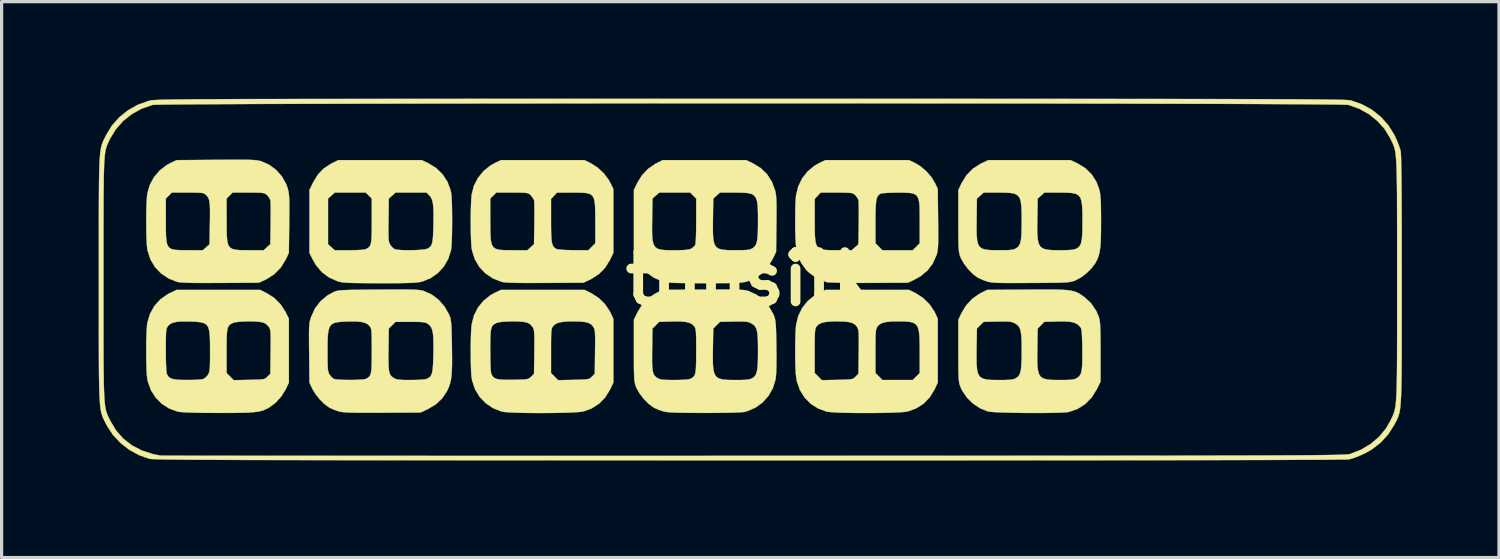
<source format=kicad_pcb>
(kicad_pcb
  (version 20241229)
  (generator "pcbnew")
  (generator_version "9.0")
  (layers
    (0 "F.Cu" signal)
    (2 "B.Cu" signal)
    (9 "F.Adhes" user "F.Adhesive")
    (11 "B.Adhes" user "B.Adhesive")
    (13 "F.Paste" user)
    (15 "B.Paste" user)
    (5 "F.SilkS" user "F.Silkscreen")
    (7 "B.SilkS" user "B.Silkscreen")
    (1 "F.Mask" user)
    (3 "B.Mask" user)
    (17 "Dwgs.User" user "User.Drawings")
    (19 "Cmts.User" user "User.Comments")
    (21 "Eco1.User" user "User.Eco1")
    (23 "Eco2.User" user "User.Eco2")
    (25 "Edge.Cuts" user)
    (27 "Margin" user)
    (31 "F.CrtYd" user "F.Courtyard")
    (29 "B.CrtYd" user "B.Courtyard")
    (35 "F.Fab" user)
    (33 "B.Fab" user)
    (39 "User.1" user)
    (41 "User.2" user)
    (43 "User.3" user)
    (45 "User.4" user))
  (footprint "topsilk"
    (layer "F.Cu")
    (at 20.121 5.575)
    (property "Reference" "topsilk" (at 0 0 0) (layer "F.SilkS") (effects (font (size 1.524 1.524) (thickness 0.3))))
    (attr through_hole)
    (fp_poly (pts (xy -4.918 -3.583) (xy -4.707 -3.449) (xy -4.515 -3.271) (xy -4.361 -3.066) (xy -4.311 -2.976) (xy -4.217 -2.785) (xy -4.217 -0.812) (xy -4.318 -0.598) (xy -4.468 -0.356) (xy -4.663 -0.156) (xy -4.902 -0.002) (xy -4.927 0.01) (xy -5.14 0.111) (xy -6.334 0.118) (xy -6.676 0.119) (xy -6.958 0.119) (xy -7.188 0.117) (xy -7.368 0.112) (xy -7.504 0.106) (xy -7.602 0.097) (xy -7.665 0.086) (xy -7.671 0.084) (xy -7.939 -0.022) (xy -8.168 -0.176) (xy -8.355 -0.372) (xy -8.494 -0.607) (xy -8.58 -0.873) (xy -8.595 -0.957) (xy -8.607 -1.078) (xy -8.615 -1.248) (xy -8.621 -1.453) (xy -8.623 -1.679) (xy -8.623 -1.912) (xy -8.62 -2.138) (xy -8.613 -2.342) (xy -8.605 -2.488) (xy -8.021 -2.488) (xy -8.02 -1.809) (xy -8.019 -1.544) (xy -8.014 -1.336) (xy -8 -1.178) (xy -7.971 -1.062) (xy -7.923 -0.984) (xy -7.85 -0.934) (xy -7.747 -0.907) (xy -7.609 -0.895) (xy -7.43 -0.893) (xy -7.329 -0.892) (xy -6.876 -0.891) (xy -6.668 -1.077) (xy -6.658 -1.722) (xy -6.656 -1.923) (xy -6.656 -2.105) (xy -6.657 -2.257) (xy -6.66 -2.37) (xy -6.665 -2.431) (xy -6.666 -2.436) (xy -6.685 -2.476) (xy -6.143 -2.476) (xy -6.143 -1.808) (xy -6.142 -1.559) (xy -6.137 -1.366) (xy -6.128 -1.22) (xy -6.112 -1.113) (xy -6.088 -1.038) (xy -6.054 -0.986) (xy -6.009 -0.949) (xy -5.971 -0.928) (xy -5.916 -0.916) (xy -5.811 -0.906) (xy -5.669 -0.898) (xy -5.505 -0.894) (xy -5.448 -0.893) (xy -4.991 -0.891) (xy -4.774 -1.108) (xy -4.774 -1.765) (xy -4.775 -2.029) (xy -4.78 -2.236) (xy -4.794 -2.393) (xy -4.823 -2.507) (xy -4.872 -2.585) (xy -4.947 -2.633) (xy -5.052 -2.66) (xy -5.193 -2.671) (xy -5.376 -2.673) (xy -5.47 -2.673) (xy -5.958 -2.674) (xy -6.051 -2.575) (xy -6.143 -2.476) (xy -6.685 -2.476) (xy -6.7 -2.504) (xy -6.759 -2.581) (xy -6.767 -2.589) (xy -6.801 -2.621) (xy -6.835 -2.644) (xy -6.881 -2.659) (xy -6.948 -2.668) (xy -7.049 -2.672) (xy -7.194 -2.674) (xy -7.344 -2.674) (xy -7.835 -2.674) (xy -8.021 -2.488) (xy -8.605 -2.488) (xy -8.604 -2.51) (xy -8.593 -2.622) (xy -8.524 -2.886) (xy -8.399 -3.128) (xy -8.226 -3.34) (xy -8.012 -3.512) (xy -7.869 -3.591) (xy -7.687 -3.676) (xy -5.109 -3.676) (xy -4.918 -3.583)) (stroke (width 0.01) (type solid)) (fill yes) (layer "F.SilkS"))
    (fp_poly (pts (xy -9.931 -3.578) (xy -9.694 -3.432) (xy -9.497 -3.241) (xy -9.347 -3.013) (xy -9.249 -2.757) (xy -9.231 -2.677) (xy -9.22 -2.58) (xy -9.211 -2.433) (xy -9.204 -2.248) (xy -9.201 -2.037) (xy -9.199 -1.813) (xy -9.201 -1.586) (xy -9.204 -1.371) (xy -9.211 -1.178) (xy -9.219 -1.021) (xy -9.23 -0.91) (xy -9.235 -0.885) (xy -9.321 -0.62) (xy -9.459 -0.385) (xy -9.641 -0.187) (xy -9.86 -0.032) (xy -10.111 0.071) (xy -10.137 0.078) (xy -10.2 0.092) (xy -10.279 0.103) (xy -10.381 0.111) (xy -10.511 0.118) (xy -10.678 0.122) (xy -10.888 0.125) (xy -11.148 0.126) (xy -11.441 0.126) (xy -11.743 0.125) (xy -11.989 0.123) (xy -12.185 0.121) (xy -12.34 0.117) (xy -12.46 0.111) (xy -12.553 0.104) (xy -12.626 0.093) (xy -12.687 0.081) (xy -12.742 0.065) (xy -13.002 -0.05) (xy -13.222 -0.214) (xy -13.404 -0.429) (xy -13.505 -0.604) (xy -13.607 -0.81) (xy -13.607 -2.488) (xy -13.034 -2.488) (xy -13.034 -1.077) (xy -12.826 -0.891) (xy -12.379 -0.891) (xy -12.19 -0.894) (xy -12.034 -0.901) (xy -11.921 -0.913) (xy -11.862 -0.927) (xy -11.806 -0.958) (xy -11.763 -0.992) (xy -11.732 -1.038) (xy -11.71 -1.103) (xy -11.695 -1.197) (xy -11.687 -1.327) (xy -11.685 -1.432) (xy -11.168 -1.432) (xy -11.166 -1.308) (xy -11.161 -1.219) (xy -11.151 -1.156) (xy -11.137 -1.109) (xy -11.117 -1.07) (xy -11.109 -1.057) (xy -11.048 -0.98) (xy -10.982 -0.928) (xy -10.973 -0.924) (xy -10.897 -0.908) (xy -10.775 -0.897) (xy -10.624 -0.892) (xy -10.457 -0.892) (xy -10.292 -0.897) (xy -10.144 -0.907) (xy -10.028 -0.921) (xy -9.962 -0.939) (xy -9.902 -0.976) (xy -9.857 -1.021) (xy -9.826 -1.084) (xy -9.804 -1.175) (xy -9.79 -1.304) (xy -9.782 -1.479) (xy -9.777 -1.634) (xy -9.773 -1.895) (xy -9.774 -2.101) (xy -9.783 -2.26) (xy -9.8 -2.381) (xy -9.826 -2.471) (xy -9.862 -2.539) (xy -9.9 -2.584) (xy -9.99 -2.674) (xy -10.948 -2.674) (xy -11.052 -2.581) (xy -11.156 -2.488) (xy -11.165 -1.825) (xy -11.168 -1.601) (xy -11.168 -1.432) (xy -11.685 -1.432) (xy -11.683 -1.502) (xy -11.682 -1.73) (xy -11.682 -1.793) (xy -11.681 -2.488) (xy -11.774 -2.581) (xy -11.868 -2.674) (xy -12.826 -2.674) (xy -12.93 -2.581) (xy -13.034 -2.488) (xy -13.607 -2.488) (xy -13.607 -2.756) (xy -13.487 -2.999) (xy -13.346 -3.23) (xy -13.172 -3.413) (xy -12.951 -3.56) (xy -12.895 -3.588) (xy -12.716 -3.676) (xy -10.138 -3.676) (xy -9.931 -3.578)) (stroke (width 0.01) (type solid)) (fill yes) (layer "F.SilkS"))
    (fp_poly (pts (xy 0.095 -3.578) (xy 0.339 -3.429) (xy 0.536 -3.236) (xy 0.685 -3.003) (xy 0.781 -2.741) (xy 0.797 -2.668) (xy 0.81 -2.584) (xy 0.818 -2.481) (xy 0.823 -2.35) (xy 0.825 -2.182) (xy 0.825 -1.968) (xy 0.822 -1.7) (xy 0.822 -1.692) (xy 0.812 -0.843) (xy 0.711 -0.631) (xy 0.56 -0.376) (xy 0.372 -0.173) (xy 0.147 -0.02) (xy -0.093 0.076) (xy -0.149 0.09) (xy -0.218 0.101) (xy -0.305 0.11) (xy -0.419 0.117) (xy -0.567 0.121) (xy -0.754 0.124) (xy -0.989 0.125) (xy -1.278 0.126) (xy -1.398 0.126) (xy -1.702 0.125) (xy -1.95 0.123) (xy -2.149 0.121) (xy -2.305 0.117) (xy -2.427 0.112) (xy -2.521 0.104) (xy -2.595 0.094) (xy -2.656 0.082) (xy -2.711 0.066) (xy -2.716 0.065) (xy -2.975 -0.05) (xy -3.196 -0.214) (xy -3.378 -0.429) (xy -3.479 -0.604) (xy -3.581 -0.81) (xy -3.581 -1.573) (xy -3.021 -1.573) (xy -3.018 -1.359) (xy -3.004 -1.195) (xy -2.974 -1.075) (xy -2.924 -0.992) (xy -2.85 -0.938) (xy -2.745 -0.908) (xy -2.606 -0.895) (xy -2.428 -0.891) (xy -2.35 -0.891) (xy -2.15 -0.893) (xy -2.003 -0.9) (xy -1.901 -0.912) (xy -1.831 -0.931) (xy -1.814 -0.939) (xy -1.738 -0.992) (xy -1.688 -1.049) (xy -1.677 -1.101) (xy -1.668 -1.21) (xy -1.661 -1.367) (xy -1.657 -1.566) (xy -1.657 -1.571) (xy -1.141 -1.571) (xy -1.137 -1.357) (xy -1.122 -1.194) (xy -1.091 -1.074) (xy -1.038 -0.991) (xy -0.959 -0.938) (xy -0.849 -0.909) (xy -0.703 -0.895) (xy -0.517 -0.892) (xy -0.446 -0.892) (xy -0.265 -0.893) (xy -0.136 -0.897) (xy -0.045 -0.906) (xy 0.02 -0.922) (xy 0.072 -0.945) (xy 0.086 -0.953) (xy 0.141 -0.996) (xy 0.184 -1.053) (xy 0.214 -1.132) (xy 0.235 -1.242) (xy 0.247 -1.392) (xy 0.253 -1.59) (xy 0.254 -1.782) (xy 0.253 -2.044) (xy 0.245 -2.248) (xy 0.225 -2.403) (xy 0.188 -2.514) (xy 0.128 -2.59) (xy 0.04 -2.637) (xy -0.082 -2.662) (xy -0.244 -2.672) (xy -0.449 -2.674) (xy -0.922 -2.674) (xy -1.026 -2.581) (xy -1.13 -2.488) (xy -1.139 -1.841) (xy -1.141 -1.571) (xy -1.657 -1.571) (xy -1.655 -1.798) (xy -1.655 -2.488) (xy -1.841 -2.674) (xy -2.8 -2.674) (xy -2.904 -2.581) (xy -3.008 -2.488) (xy -3.018 -1.844) (xy -3.021 -1.573) (xy -3.581 -1.573) (xy -3.581 -2.753) (xy -3.479 -2.968) (xy -3.333 -3.206) (xy -3.14 -3.409) (xy -2.913 -3.565) (xy -2.881 -3.582) (xy -2.69 -3.676) (xy -0.111 -3.676) (xy 0.095 -3.578)) (stroke (width 0.01) (type solid)) (fill yes) (layer "F.SilkS"))
    (fp_poly (pts (xy 5.129 0.437) (xy 5.355 0.583) (xy 5.551 0.775) (xy 5.702 0.999) (xy 5.724 1.043) (xy 5.809 1.225) (xy 5.809 3.199) (xy 5.709 3.411) (xy 5.561 3.653) (xy 5.37 3.849) (xy 5.139 3.996) (xy 4.887 4.088) (xy 4.8 4.102) (xy 4.659 4.114) (xy 4.473 4.123) (xy 4.254 4.13) (xy 4.011 4.135) (xy 3.752 4.138) (xy 3.49 4.138) (xy 3.232 4.136) (xy 2.99 4.132) (xy 2.772 4.126) (xy 2.589 4.117) (xy 2.451 4.105) (xy 2.371 4.093) (xy 2.109 3.997) (xy 1.881 3.85) (xy 1.693 3.659) (xy 1.55 3.428) (xy 1.457 3.164) (xy 1.434 3.04) (xy 1.421 2.911) (xy 1.412 2.734) (xy 1.406 2.523) (xy 1.403 2.292) (xy 1.403 2.22) (xy 2.005 2.22) (xy 2.005 2.903) (xy 2.116 3.013) (xy 2.226 3.124) (xy 2.704 3.114) (xy 2.888 3.109) (xy 3.019 3.104) (xy 3.109 3.097) (xy 3.17 3.085) (xy 3.212 3.066) (xy 3.246 3.038) (xy 3.27 3.015) (xy 3.358 2.927) (xy 3.367 2.251) (xy 3.367 2.228) (xy 3.883 2.228) (xy 3.883 2.903) (xy 4.1 3.119) (xy 5.035 3.119) (xy 5.252 2.903) (xy 5.252 2.239) (xy 5.25 1.971) (xy 5.243 1.76) (xy 5.224 1.599) (xy 5.19 1.481) (xy 5.135 1.4) (xy 5.053 1.349) (xy 4.941 1.32) (xy 4.793 1.308) (xy 4.604 1.305) (xy 4.568 1.305) (xy 4.356 1.31) (xy 4.197 1.328) (xy 4.081 1.359) (xy 3.999 1.407) (xy 3.948 1.462) (xy 3.927 1.497) (xy 3.91 1.536) (xy 3.899 1.591) (xy 3.891 1.669) (xy 3.886 1.781) (xy 3.884 1.934) (xy 3.883 2.138) (xy 3.883 2.228) (xy 3.367 2.228) (xy 3.369 2.025) (xy 3.37 1.853) (xy 3.368 1.727) (xy 3.362 1.636) (xy 3.353 1.572) (xy 3.339 1.525) (xy 3.32 1.486) (xy 3.313 1.474) (xy 3.256 1.407) (xy 3.177 1.359) (xy 3.066 1.328) (xy 2.911 1.311) (xy 2.705 1.305) (xy 2.69 1.305) (xy 2.475 1.311) (xy 2.313 1.329) (xy 2.195 1.362) (xy 2.111 1.411) (xy 2.07 1.454) (xy 2.049 1.485) (xy 2.033 1.522) (xy 2.021 1.573) (xy 2.013 1.649) (xy 2.009 1.756) (xy 2.006 1.906) (xy 2.005 2.106) (xy 2.005 2.22) (xy 1.403 2.22) (xy 1.404 2.057) (xy 1.408 1.831) (xy 1.415 1.631) (xy 1.426 1.47) (xy 1.432 1.41) (xy 1.499 1.138) (xy 1.621 0.891) (xy 1.792 0.676) (xy 2.009 0.502) (xy 2.157 0.42) (xy 2.339 0.334) (xy 4.919 0.334) (xy 5.129 0.437)) (stroke (width 0.01) (type solid)) (fill yes) (layer "F.SilkS"))
    (fp_poly (pts (xy 5.101 -3.59) (xy 5.284 -3.479) (xy 5.461 -3.325) (xy 5.615 -3.147) (xy 5.723 -2.969) (xy 5.809 -2.785) (xy 5.819 -1.851) (xy 5.821 -1.579) (xy 5.822 -1.363) (xy 5.822 -1.193) (xy 5.819 -1.063) (xy 5.813 -0.963) (xy 5.804 -0.885) (xy 5.792 -0.821) (xy 5.776 -0.763) (xy 5.764 -0.727) (xy 5.65 -0.476) (xy 5.489 -0.265) (xy 5.278 -0.091) (xy 5.068 0.026) (xy 4.886 0.111) (xy 3.692 0.117) (xy 3.417 0.118) (xy 3.157 0.116) (xy 2.922 0.114) (xy 2.718 0.11) (xy 2.554 0.105) (xy 2.437 0.1) (xy 2.376 0.093) (xy 2.375 0.093) (xy 2.2 0.031) (xy 2.016 -0.067) (xy 1.848 -0.186) (xy 1.744 -0.284) (xy 1.585 -0.508) (xy 1.479 -0.763) (xy 1.434 -0.972) (xy 1.422 -1.097) (xy 1.412 -1.271) (xy 1.406 -1.479) (xy 1.403 -1.707) (xy 1.404 -1.94) (xy 1.407 -2.164) (xy 1.414 -2.363) (xy 1.421 -2.476) (xy 2.005 -2.476) (xy 2.006 -1.803) (xy 2.007 -1.539) (xy 2.012 -1.332) (xy 2.027 -1.175) (xy 2.056 -1.06) (xy 2.105 -0.982) (xy 2.179 -0.933) (xy 2.283 -0.906) (xy 2.423 -0.895) (xy 2.603 -0.893) (xy 2.697 -0.892) (xy 3.15 -0.891) (xy 3.358 -1.077) (xy 3.368 -1.722) (xy 3.368 -1.765) (xy 3.883 -1.765) (xy 3.883 -1.108) (xy 3.991 -0.999) (xy 4.1 -0.891) (xy 5.035 -0.891) (xy 5.144 -0.999) (xy 5.252 -1.108) (xy 5.252 -1.765) (xy 5.251 -2.029) (xy 5.247 -2.236) (xy 5.232 -2.393) (xy 5.203 -2.507) (xy 5.155 -2.585) (xy 5.081 -2.633) (xy 4.977 -2.66) (xy 4.838 -2.67) (xy 4.659 -2.673) (xy 4.573 -2.673) (xy 4.398 -2.671) (xy 4.244 -2.665) (xy 4.125 -2.656) (xy 4.052 -2.645) (xy 4.041 -2.641) (xy 3.991 -2.608) (xy 3.953 -2.564) (xy 3.925 -2.499) (xy 3.905 -2.408) (xy 3.893 -2.28) (xy 3.886 -2.109) (xy 3.883 -1.885) (xy 3.883 -1.765) (xy 3.368 -1.765) (xy 3.37 -1.923) (xy 3.37 -2.106) (xy 3.368 -2.261) (xy 3.365 -2.375) (xy 3.36 -2.439) (xy 3.359 -2.444) (xy 3.322 -2.518) (xy 3.26 -2.594) (xy 3.257 -2.597) (xy 3.222 -2.626) (xy 3.186 -2.647) (xy 3.136 -2.66) (xy 3.061 -2.668) (xy 2.951 -2.672) (xy 2.795 -2.674) (xy 2.682 -2.674) (xy 2.19 -2.674) (xy 2.098 -2.575) (xy 2.005 -2.476) (xy 1.421 -2.476) (xy 1.424 -2.523) (xy 1.431 -2.59) (xy 1.497 -2.861) (xy 1.617 -3.11) (xy 1.787 -3.326) (xy 1.999 -3.502) (xy 2.157 -3.591) (xy 2.339 -3.676) (xy 4.918 -3.676) (xy 5.101 -3.59)) (stroke (width 0.01) (type solid)) (fill yes) (layer "F.SilkS"))
    (fp_poly (pts (xy -15.701 -3.689) (xy -15.534 -3.687) (xy -15.403 -3.683) (xy -15.302 -3.677) (xy -15.224 -3.669) (xy -15.162 -3.658) (xy -15.11 -3.645) (xy -15.097 -3.641) (xy -14.854 -3.533) (xy -14.638 -3.373) (xy -14.46 -3.172) (xy -14.329 -2.94) (xy -14.289 -2.829) (xy -14.27 -2.763) (xy -14.255 -2.697) (xy -14.244 -2.624) (xy -14.237 -2.533) (xy -14.232 -2.417) (xy -14.23 -2.268) (xy -14.231 -2.075) (xy -14.233 -1.831) (xy -14.234 -1.715) (xy -14.244 -0.812) (xy -14.345 -0.598) (xy -14.493 -0.358) (xy -14.689 -0.158) (xy -14.928 -0.002) (xy -14.96 0.013) (xy -15.167 0.111) (xy -16.36 0.118) (xy -16.702 0.119) (xy -16.985 0.119) (xy -17.214 0.117) (xy -17.394 0.112) (xy -17.531 0.106) (xy -17.628 0.097) (xy -17.692 0.086) (xy -17.697 0.084) (xy -17.965 -0.022) (xy -18.195 -0.176) (xy -18.382 -0.374) (xy -18.522 -0.609) (xy -18.609 -0.878) (xy -18.621 -0.939) (xy -18.632 -1.049) (xy -18.641 -1.209) (xy -18.647 -1.406) (xy -18.65 -1.625) (xy -18.651 -1.855) (xy -18.648 -2.08) (xy -18.643 -2.289) (xy -18.635 -2.466) (xy -18.633 -2.488) (xy -18.047 -2.488) (xy -18.047 -1.793) (xy -18.046 -1.53) (xy -18.041 -1.325) (xy -18.027 -1.169) (xy -17.999 -1.056) (xy -17.95 -0.979) (xy -17.876 -0.931) (xy -17.771 -0.905) (xy -17.63 -0.895) (xy -17.448 -0.892) (xy -17.356 -0.892) (xy -16.903 -0.891) (xy -16.799 -0.984) (xy -16.695 -1.077) (xy -16.685 -1.692) (xy -16.681 -1.937) (xy -16.681 -2.127) (xy -16.685 -2.271) (xy -16.695 -2.378) (xy -16.711 -2.455) (xy -16.724 -2.488) (xy -16.169 -2.488) (xy -16.168 -1.809) (xy -16.167 -1.544) (xy -16.163 -1.336) (xy -16.148 -1.178) (xy -16.12 -1.062) (xy -16.071 -0.984) (xy -15.998 -0.934) (xy -15.895 -0.907) (xy -15.757 -0.895) (xy -15.579 -0.893) (xy -15.478 -0.892) (xy -15.025 -0.891) (xy -14.921 -0.984) (xy -14.817 -1.077) (xy -14.807 -1.722) (xy -14.805 -1.923) (xy -14.805 -2.106) (xy -14.806 -2.261) (xy -14.81 -2.375) (xy -14.815 -2.439) (xy -14.816 -2.444) (xy -14.853 -2.518) (xy -14.915 -2.594) (xy -14.918 -2.597) (xy -14.952 -2.626) (xy -14.989 -2.647) (xy -15.039 -2.66) (xy -15.114 -2.668) (xy -15.224 -2.672) (xy -15.38 -2.674) (xy -15.492 -2.674) (xy -15.983 -2.674) (xy -16.169 -2.488) (xy -16.724 -2.488) (xy -16.734 -2.513) (xy -16.766 -2.559) (xy -16.795 -2.591) (xy -16.829 -2.622) (xy -16.863 -2.644) (xy -16.908 -2.659) (xy -16.977 -2.668) (xy -17.079 -2.672) (xy -17.225 -2.674) (xy -17.37 -2.674) (xy -17.861 -2.674) (xy -18.047 -2.488) (xy -18.633 -2.488) (xy -18.624 -2.599) (xy -18.619 -2.637) (xy -18.545 -2.902) (xy -18.415 -3.145) (xy -18.237 -3.355) (xy -18.019 -3.524) (xy -17.895 -3.591) (xy -17.713 -3.676) (xy -16.491 -3.686) (xy -16.173 -3.688) (xy -15.912 -3.689) (xy -15.701 -3.689)) (stroke (width 0.01) (type solid)) (fill yes) (layer "F.SilkS"))
    (fp_poly (pts (xy -4.898 0.437) (xy -4.671 0.583) (xy -4.475 0.775) (xy -4.325 0.999) (xy -4.303 1.043) (xy -4.217 1.225) (xy -4.217 3.199) (xy -4.316 3.406) (xy -4.465 3.651) (xy -4.657 3.848) (xy -4.888 3.996) (xy -5.139 4.088) (xy -5.226 4.102) (xy -5.366 4.114) (xy -5.549 4.123) (xy -5.767 4.13) (xy -6.009 4.135) (xy -6.266 4.138) (xy -6.527 4.139) (xy -6.785 4.137) (xy -7.028 4.133) (xy -7.247 4.127) (xy -7.432 4.118) (xy -7.575 4.107) (xy -7.664 4.094) (xy -7.671 4.092) (xy -7.933 3.988) (xy -8.161 3.834) (xy -8.349 3.638) (xy -8.49 3.406) (xy -8.578 3.144) (xy -8.595 3.051) (xy -8.607 2.932) (xy -8.615 2.763) (xy -8.621 2.559) (xy -8.623 2.334) (xy -8.623 2.202) (xy -8.021 2.202) (xy -8.019 2.439) (xy -8.014 2.639) (xy -8.007 2.794) (xy -7.996 2.897) (xy -7.987 2.937) (xy -7.949 3.003) (xy -7.899 3.052) (xy -7.827 3.084) (xy -7.723 3.104) (xy -7.578 3.112) (xy -7.382 3.113) (xy -7.313 3.112) (xy -7.132 3.108) (xy -7.002 3.104) (xy -6.913 3.096) (xy -6.854 3.084) (xy -6.813 3.065) (xy -6.778 3.037) (xy -6.756 3.015) (xy -6.668 2.927) (xy -6.659 2.251) (xy -6.659 2.22) (xy -6.143 2.22) (xy -6.143 2.903) (xy -6.033 3.013) (xy -5.922 3.124) (xy -5.444 3.114) (xy -5.261 3.109) (xy -5.129 3.104) (xy -5.039 3.097) (xy -4.978 3.085) (xy -4.937 3.066) (xy -4.902 3.038) (xy -4.879 3.015) (xy -4.79 2.927) (xy -4.782 2.251) (xy -4.779 2.025) (xy -4.778 1.853) (xy -4.781 1.727) (xy -4.786 1.636) (xy -4.795 1.572) (xy -4.809 1.525) (xy -4.828 1.486) (xy -4.836 1.474) (xy -4.892 1.407) (xy -4.971 1.359) (xy -5.083 1.328) (xy -5.237 1.311) (xy -5.444 1.305) (xy -5.459 1.305) (xy -5.674 1.311) (xy -5.835 1.329) (xy -5.953 1.362) (xy -6.037 1.411) (xy -6.078 1.454) (xy -6.1 1.485) (xy -6.116 1.522) (xy -6.127 1.573) (xy -6.135 1.649) (xy -6.14 1.756) (xy -6.142 1.906) (xy -6.143 2.106) (xy -6.143 2.22) (xy -6.659 2.22) (xy -6.657 2.025) (xy -6.656 1.853) (xy -6.658 1.727) (xy -6.664 1.636) (xy -6.673 1.572) (xy -6.687 1.525) (xy -6.706 1.486) (xy -6.714 1.474) (xy -6.809 1.377) (xy -6.897 1.339) (xy -7.003 1.32) (xy -7.147 1.309) (xy -7.312 1.305) (xy -7.48 1.308) (xy -7.633 1.318) (xy -7.754 1.334) (xy -7.811 1.349) (xy -7.877 1.38) (xy -7.928 1.414) (xy -7.965 1.46) (xy -7.99 1.528) (xy -8.007 1.624) (xy -8.016 1.758) (xy -8.02 1.938) (xy -8.021 2.172) (xy -8.021 2.202) (xy -8.623 2.202) (xy -8.623 2.102) (xy -8.62 1.877) (xy -8.614 1.674) (xy -8.605 1.506) (xy -8.593 1.392) (xy -8.524 1.125) (xy -8.4 0.88) (xy -8.227 0.668) (xy -8.014 0.498) (xy -7.878 0.423) (xy -7.687 0.334) (xy -5.107 0.334) (xy -4.898 0.437)) (stroke (width 0.01) (type solid)) (fill yes) (layer "F.SilkS"))
    (fp_poly (pts (xy -14.921 0.439) (xy -14.694 0.585) (xy -14.498 0.783) (xy -14.343 1.023) (xy -14.333 1.044) (xy -14.244 1.225) (xy -14.244 3.199) (xy -14.343 3.406) (xy -14.475 3.621) (xy -14.647 3.813) (xy -14.842 3.96) (xy -14.848 3.964) (xy -14.928 4.008) (xy -15.008 4.044) (xy -15.095 4.073) (xy -15.197 4.095) (xy -15.32 4.111) (xy -15.473 4.123) (xy -15.661 4.13) (xy -15.893 4.134) (xy -16.176 4.135) (xy -16.439 4.135) (xy -16.8 4.133) (xy -17.1 4.129) (xy -17.338 4.122) (xy -17.517 4.113) (xy -17.637 4.102) (xy -17.681 4.094) (xy -17.942 3.999) (xy -18.17 3.853) (xy -18.359 3.662) (xy -18.505 3.433) (xy -18.6 3.171) (xy -18.621 3.066) (xy -18.633 2.958) (xy -18.642 2.802) (xy -18.647 2.608) (xy -18.651 2.392) (xy -18.651 2.199) (xy -18.047 2.199) (xy -18.046 2.437) (xy -18.041 2.638) (xy -18.033 2.793) (xy -18.023 2.897) (xy -18.013 2.937) (xy -17.973 3.005) (xy -17.917 3.054) (xy -17.835 3.087) (xy -17.718 3.107) (xy -17.555 3.116) (xy -17.389 3.118) (xy -17.225 3.116) (xy -17.077 3.11) (xy -16.961 3.101) (xy -16.892 3.09) (xy -16.888 3.088) (xy -16.816 3.04) (xy -16.749 2.964) (xy -16.742 2.953) (xy -16.721 2.912) (xy -16.704 2.865) (xy -16.693 2.802) (xy -16.685 2.714) (xy -16.681 2.591) (xy -16.679 2.422) (xy -16.679 2.222) (xy -16.169 2.222) (xy -16.169 2.903) (xy -16.059 3.013) (xy -15.948 3.124) (xy -15.471 3.114) (xy -15.287 3.109) (xy -15.155 3.104) (xy -15.065 3.097) (xy -15.005 3.085) (xy -14.963 3.066) (xy -14.929 3.038) (xy -14.905 3.015) (xy -14.817 2.927) (xy -14.808 2.251) (xy -14.805 2.025) (xy -14.805 1.853) (xy -14.807 1.727) (xy -14.812 1.636) (xy -14.821 1.572) (xy -14.835 1.525) (xy -14.854 1.486) (xy -14.862 1.474) (xy -14.957 1.377) (xy -15.046 1.339) (xy -15.151 1.32) (xy -15.295 1.309) (xy -15.46 1.305) (xy -15.628 1.308) (xy -15.781 1.318) (xy -15.902 1.334) (xy -15.959 1.349) (xy -16.025 1.379) (xy -16.075 1.413) (xy -16.112 1.458) (xy -16.138 1.524) (xy -16.154 1.618) (xy -16.164 1.749) (xy -16.168 1.925) (xy -16.169 2.154) (xy -16.169 2.222) (xy -16.679 2.222) (xy -16.679 2.217) (xy -16.68 1.957) (xy -16.687 1.753) (xy -16.704 1.598) (xy -16.736 1.486) (xy -16.789 1.409) (xy -16.867 1.36) (xy -16.974 1.332) (xy -17.116 1.318) (xy -17.297 1.31) (xy -17.52 1.308) (xy -17.69 1.318) (xy -17.817 1.344) (xy -17.909 1.386) (xy -17.977 1.447) (xy -17.982 1.453) (xy -18.004 1.485) (xy -18.02 1.522) (xy -18.032 1.575) (xy -18.04 1.651) (xy -18.044 1.76) (xy -18.047 1.912) (xy -18.047 2.115) (xy -18.047 2.199) (xy -18.651 2.199) (xy -18.651 2.166) (xy -18.649 1.942) (xy -18.644 1.733) (xy -18.636 1.554) (xy -18.626 1.415) (xy -18.617 1.351) (xy -18.536 1.078) (xy -18.403 0.836) (xy -18.221 0.632) (xy -17.995 0.471) (xy -17.92 0.432) (xy -17.713 0.334) (xy -15.134 0.334) (xy -14.921 0.439)) (stroke (width 0.01) (type solid)) (fill yes) (layer "F.SilkS"))
    (fp_poly (pts (xy 10.122 -3.578) (xy 10.367 -3.428) (xy 10.564 -3.237) (xy 10.712 -3.006) (xy 10.804 -2.755) (xy 10.821 -2.674) (xy 10.834 -2.572) (xy 10.843 -2.441) (xy 10.85 -2.272) (xy 10.853 -2.056) (xy 10.854 -1.786) (xy 10.854 -1.782) (xy 10.853 -1.492) (xy 10.848 -1.257) (xy 10.838 -1.067) (xy 10.822 -0.913) (xy 10.799 -0.788) (xy 10.767 -0.681) (xy 10.726 -0.584) (xy 10.676 -0.491) (xy 10.561 -0.336) (xy 10.407 -0.184) (xy 10.235 -0.053) (xy 10.066 0.037) (xy 10.066 0.038) (xy 10.017 0.057) (xy 9.97 0.072) (xy 9.916 0.084) (xy 9.851 0.094) (xy 9.765 0.101) (xy 9.654 0.107) (xy 9.508 0.111) (xy 9.323 0.114) (xy 9.09 0.116) (xy 8.803 0.118) (xy 8.689 0.118) (xy 8.378 0.12) (xy 8.123 0.121) (xy 7.918 0.12) (xy 7.755 0.118) (xy 7.628 0.114) (xy 7.531 0.108) (xy 7.455 0.099) (xy 7.394 0.088) (xy 7.341 0.075) (xy 7.316 0.067) (xy 7.193 0.021) (xy 7.077 -0.031) (xy 7.023 -0.061) (xy 6.887 -0.166) (xy 6.748 -0.311) (xy 6.624 -0.472) (xy 6.533 -0.629) (xy 6.519 -0.661) (xy 6.498 -0.715) (xy 6.482 -0.767) (xy 6.469 -0.825) (xy 6.46 -0.898) (xy 6.453 -0.992) (xy 6.449 -1.117) (xy 6.447 -1.279) (xy 6.446 -1.488) (xy 6.446 -1.571) (xy 7.007 -1.571) (xy 7.011 -1.357) (xy 7.026 -1.194) (xy 7.058 -1.074) (xy 7.11 -0.991) (xy 7.189 -0.938) (xy 7.299 -0.909) (xy 7.445 -0.895) (xy 7.632 -0.892) (xy 7.703 -0.892) (xy 7.883 -0.893) (xy 8.012 -0.897) (xy 8.103 -0.906) (xy 8.168 -0.922) (xy 8.22 -0.945) (xy 8.234 -0.953) (xy 8.29 -0.996) (xy 8.332 -1.053) (xy 8.363 -1.132) (xy 8.383 -1.242) (xy 8.396 -1.392) (xy 8.401 -1.59) (xy 8.402 -1.597) (xy 8.882 -1.597) (xy 8.886 -1.379) (xy 8.901 -1.211) (xy 8.932 -1.087) (xy 8.985 -1) (xy 9.062 -0.943) (xy 9.17 -0.911) (xy 9.313 -0.896) (xy 9.494 -0.892) (xy 9.574 -0.891) (xy 9.768 -0.893) (xy 9.909 -0.9) (xy 10.008 -0.913) (xy 10.077 -0.933) (xy 10.094 -0.941) (xy 10.155 -0.98) (xy 10.201 -1.031) (xy 10.235 -1.102) (xy 10.258 -1.203) (xy 10.272 -1.341) (xy 10.279 -1.526) (xy 10.281 -1.765) (xy 10.281 -1.782) (xy 10.28 -2.044) (xy 10.272 -2.248) (xy 10.253 -2.402) (xy 10.217 -2.514) (xy 10.158 -2.59) (xy 10.071 -2.637) (xy 9.95 -2.662) (xy 9.79 -2.672) (xy 9.586 -2.674) (xy 9.574 -2.674) (xy 9.104 -2.674) (xy 9 -2.581) (xy 8.896 -2.488) (xy 8.886 -1.873) (xy 8.882 -1.597) (xy 8.402 -1.597) (xy 8.403 -1.782) (xy 8.401 -2.044) (xy 8.393 -2.248) (xy 8.374 -2.403) (xy 8.337 -2.514) (xy 8.277 -2.59) (xy 8.188 -2.637) (xy 8.066 -2.662) (xy 7.904 -2.672) (xy 7.699 -2.674) (xy 7.226 -2.674) (xy 7.122 -2.581) (xy 7.018 -2.488) (xy 7.01 -1.841) (xy 7.007 -1.571) (xy 6.446 -1.571) (xy 6.445 -1.752) (xy 6.445 -1.798) (xy 6.445 -2.753) (xy 6.547 -2.967) (xy 6.696 -3.209) (xy 6.891 -3.409) (xy 7.13 -3.563) (xy 7.155 -3.575) (xy 7.369 -3.676) (xy 9.915 -3.676) (xy 10.122 -3.578)) (stroke (width 0.01) (type solid)) (fill yes) (layer "F.SilkS"))
    (fp_poly (pts (xy 9.433 0.324) (xy 9.623 0.329) (xy 9.777 0.338) (xy 9.901 0.353) (xy 10.002 0.374) (xy 10.087 0.402) (xy 10.162 0.437) (xy 10.235 0.482) (xy 10.312 0.536) (xy 10.343 0.558) (xy 10.546 0.747) (xy 10.702 0.977) (xy 10.781 1.157) (xy 10.798 1.212) (xy 10.811 1.275) (xy 10.821 1.353) (xy 10.828 1.455) (xy 10.833 1.589) (xy 10.836 1.762) (xy 10.838 1.984) (xy 10.838 2.246) (xy 10.838 3.17) (xy 10.718 3.413) (xy 10.563 3.66) (xy 10.369 3.859) (xy 10.137 4.007) (xy 9.872 4.102) (xy 9.861 4.105) (xy 9.78 4.115) (xy 9.646 4.124) (xy 9.468 4.13) (xy 9.255 4.134) (xy 9.018 4.137) (xy 8.766 4.137) (xy 8.508 4.136) (xy 8.254 4.132) (xy 8.013 4.127) (xy 7.795 4.121) (xy 7.609 4.113) (xy 7.466 4.103) (xy 7.374 4.092) (xy 7.359 4.088) (xy 7.12 3.993) (xy 6.9 3.848) (xy 6.711 3.663) (xy 6.566 3.449) (xy 6.519 3.35) (xy 6.498 3.296) (xy 6.482 3.243) (xy 6.469 3.185) (xy 6.46 3.113) (xy 6.453 3.019) (xy 6.449 2.894) (xy 6.447 2.731) (xy 6.446 2.522) (xy 6.446 2.416) (xy 7.005 2.416) (xy 7.009 2.634) (xy 7.024 2.801) (xy 7.055 2.925) (xy 7.108 3.012) (xy 7.186 3.068) (xy 7.295 3.1) (xy 7.439 3.115) (xy 7.622 3.119) (xy 7.703 3.119) (xy 7.883 3.118) (xy 8.013 3.113) (xy 8.103 3.104) (xy 8.169 3.088) (xy 8.22 3.065) (xy 8.234 3.057) (xy 8.289 3.016) (xy 8.33 2.961) (xy 8.361 2.885) (xy 8.382 2.779) (xy 8.394 2.634) (xy 8.401 2.443) (xy 8.401 2.416) (xy 8.883 2.416) (xy 8.886 2.634) (xy 8.902 2.801) (xy 8.933 2.925) (xy 8.986 3.012) (xy 9.064 3.068) (xy 9.173 3.1) (xy 9.316 3.115) (xy 9.5 3.119) (xy 9.581 3.119) (xy 9.761 3.118) (xy 9.89 3.113) (xy 9.981 3.104) (xy 10.046 3.089) (xy 10.098 3.065) (xy 10.112 3.057) (xy 10.168 3.016) (xy 10.21 2.964) (xy 10.241 2.893) (xy 10.261 2.794) (xy 10.273 2.66) (xy 10.278 2.482) (xy 10.277 2.251) (xy 10.276 2.143) (xy 10.272 1.931) (xy 10.267 1.774) (xy 10.262 1.661) (xy 10.253 1.583) (xy 10.241 1.53) (xy 10.223 1.493) (xy 10.199 1.463) (xy 10.187 1.45) (xy 10.115 1.389) (xy 10.025 1.346) (xy 9.906 1.32) (xy 9.747 1.308) (xy 9.539 1.308) (xy 9.491 1.309) (xy 9.104 1.321) (xy 9 1.425) (xy 8.896 1.529) (xy 8.886 2.141) (xy 8.883 2.416) (xy 8.401 2.416) (xy 8.403 2.197) (xy 8.403 2.196) (xy 8.401 1.958) (xy 8.393 1.774) (xy 8.377 1.636) (xy 8.351 1.535) (xy 8.312 1.462) (xy 8.258 1.407) (xy 8.187 1.363) (xy 8.18 1.359) (xy 8.124 1.335) (xy 8.057 1.319) (xy 7.966 1.311) (xy 7.84 1.309) (xy 7.663 1.311) (xy 7.648 1.311) (xy 7.226 1.321) (xy 7.018 1.529) (xy 7.008 2.141) (xy 7.005 2.416) (xy 6.446 2.416) (xy 6.445 2.259) (xy 6.445 2.212) (xy 6.445 1.257) (xy 6.547 1.043) (xy 6.692 0.806) (xy 6.882 0.604) (xy 7.105 0.449) (xy 7.146 0.428) (xy 7.337 0.334) (xy 8.575 0.325) (xy 8.916 0.323) (xy 9.199 0.322) (xy 9.433 0.324)) (stroke (width 0.01) (type solid)) (fill yes) (layer "F.SilkS"))
    (fp_poly (pts (xy -0.647 0.322) (xy -0.476 0.324) (xy -0.343 0.328) (xy -0.241 0.334) (xy -0.162 0.342) (xy -0.102 0.352) (xy -0.053 0.365) (xy -0.049 0.367) (xy 0.193 0.476) (xy 0.409 0.639) (xy 0.59 0.845) (xy 0.728 1.088) (xy 0.743 1.123) (xy 0.764 1.179) (xy 0.78 1.239) (xy 0.792 1.31) (xy 0.802 1.402) (xy 0.809 1.523) (xy 0.814 1.684) (xy 0.818 1.891) (xy 0.821 2.101) (xy 0.824 2.427) (xy 0.822 2.695) (xy 0.815 2.904) (xy 0.803 3.051) (xy 0.795 3.103) (xy 0.713 3.37) (xy 0.577 3.608) (xy 0.396 3.811) (xy 0.176 3.971) (xy -0.076 4.08) (xy -0.166 4.105) (xy -0.231 4.112) (xy -0.352 4.119) (xy -0.52 4.125) (xy -0.728 4.13) (xy -0.967 4.133) (xy -1.23 4.135) (xy -1.401 4.135) (xy -1.717 4.134) (xy -1.976 4.132) (xy -2.185 4.128) (xy -2.349 4.123) (xy -2.477 4.115) (xy -2.573 4.106) (xy -2.646 4.093) (xy -2.673 4.087) (xy -2.801 4.044) (xy -2.928 3.99) (xy -2.979 3.963) (xy -3.126 3.854) (xy -3.273 3.705) (xy -3.403 3.538) (xy -3.497 3.374) (xy -3.507 3.35) (xy -3.528 3.296) (xy -3.545 3.243) (xy -3.557 3.185) (xy -3.567 3.113) (xy -3.573 3.019) (xy -3.577 2.894) (xy -3.58 2.732) (xy -3.581 2.523) (xy -3.581 2.416) (xy -3.02 2.416) (xy -3.019 2.607) (xy -3.011 2.751) (xy -2.997 2.857) (xy -2.973 2.934) (xy -2.938 2.99) (xy -2.892 3.032) (xy -2.851 3.059) (xy -2.801 3.084) (xy -2.739 3.102) (xy -2.652 3.112) (xy -2.528 3.117) (xy -2.354 3.119) (xy -2.329 3.119) (xy -2.149 3.116) (xy -1.998 3.109) (xy -1.889 3.097) (xy -1.836 3.084) (xy -1.78 3.053) (xy -1.737 3.018) (xy -1.705 2.972) (xy -1.683 2.906) (xy -1.669 2.812) (xy -1.661 2.681) (xy -1.657 2.505) (xy -1.657 2.416) (xy -1.143 2.416) (xy -1.14 2.634) (xy -1.125 2.801) (xy -1.093 2.925) (xy -1.04 3.012) (xy -0.962 3.068) (xy -0.854 3.1) (xy -0.71 3.115) (xy -0.526 3.119) (xy -0.446 3.119) (xy -0.265 3.118) (xy -0.136 3.113) (xy -0.045 3.104) (xy 0.02 3.088) (xy 0.072 3.065) (xy 0.086 3.057) (xy 0.14 3.016) (xy 0.182 2.961) (xy 0.212 2.885) (xy 0.233 2.779) (xy 0.246 2.634) (xy 0.253 2.443) (xy 0.254 2.197) (xy 0.254 2.196) (xy 0.252 1.958) (xy 0.245 1.774) (xy 0.229 1.636) (xy 0.203 1.535) (xy 0.164 1.462) (xy 0.11 1.407) (xy 0.038 1.363) (xy 0.032 1.359) (xy -0.025 1.335) (xy -0.092 1.319) (xy -0.182 1.311) (xy -0.309 1.309) (xy -0.485 1.311) (xy -0.501 1.311) (xy -0.922 1.321) (xy -1.13 1.529) (xy -1.14 2.141) (xy -1.143 2.416) (xy -1.657 2.416) (xy -1.656 2.275) (xy -1.656 2.224) (xy -1.656 1.997) (xy -1.657 1.824) (xy -1.661 1.697) (xy -1.667 1.607) (xy -1.676 1.545) (xy -1.69 1.502) (xy -1.709 1.469) (xy -1.721 1.453) (xy -1.786 1.391) (xy -1.874 1.348) (xy -1.995 1.321) (xy -2.159 1.308) (xy -2.374 1.308) (xy -2.413 1.309) (xy -2.8 1.321) (xy -2.904 1.425) (xy -3.008 1.529) (xy -3.018 2.17) (xy -3.02 2.416) (xy -3.581 2.416) (xy -3.581 2.26) (xy -3.581 2.21) (xy -3.581 1.254) (xy -3.461 1.011) (xy -3.32 0.781) (xy -3.145 0.598) (xy -2.924 0.45) (xy -2.869 0.422) (xy -2.69 0.334) (xy -1.449 0.325) (xy -1.127 0.323) (xy -0.862 0.322) (xy -0.647 0.322)) (stroke (width 0.01) (type solid)) (fill yes) (layer "F.SilkS"))
    (fp_poly (pts (xy -10.674 0.322) (xy -10.503 0.324) (xy -10.369 0.328) (xy -10.267 0.334) (xy -10.189 0.342) (xy -10.128 0.352) (xy -10.079 0.365) (xy -10.075 0.367) (xy -9.833 0.476) (xy -9.618 0.638) (xy -9.437 0.845) (xy -9.299 1.087) (xy -9.284 1.123) (xy -9.263 1.179) (xy -9.247 1.239) (xy -9.235 1.311) (xy -9.225 1.404) (xy -9.218 1.527) (xy -9.213 1.689) (xy -9.209 1.898) (xy -9.205 2.106) (xy -9.202 2.398) (xy -9.202 2.636) (xy -9.208 2.828) (xy -9.219 2.983) (xy -9.236 3.112) (xy -9.262 3.222) (xy -9.296 3.323) (xy -9.34 3.424) (xy -9.361 3.465) (xy -9.505 3.684) (xy -9.702 3.869) (xy -9.95 4.018) (xy -9.957 4.021) (xy -10.17 4.122) (xy -11.347 4.129) (xy -11.668 4.13) (xy -11.932 4.13) (xy -12.145 4.129) (xy -12.314 4.125) (xy -12.447 4.12) (xy -12.549 4.113) (xy -12.626 4.103) (xy -12.687 4.091) (xy -12.699 4.088) (xy -12.826 4.045) (xy -12.952 3.991) (xy -13.003 3.964) (xy -13.152 3.854) (xy -13.301 3.704) (xy -13.433 3.534) (xy -13.522 3.381) (xy -13.607 3.199) (xy -13.617 2.289) (xy -13.618 2.228) (xy -13.05 2.228) (xy -13.05 2.233) (xy -13.049 2.449) (xy -13.047 2.611) (xy -13.043 2.729) (xy -13.035 2.813) (xy -13.022 2.873) (xy -13.005 2.919) (xy -12.986 2.953) (xy -12.925 3.03) (xy -12.86 3.083) (xy -12.851 3.087) (xy -12.785 3.1) (xy -12.672 3.109) (xy -12.527 3.115) (xy -12.367 3.117) (xy -12.206 3.115) (xy -12.06 3.109) (xy -11.943 3.1) (xy -11.871 3.087) (xy -11.862 3.084) (xy -11.806 3.053) (xy -11.763 3.018) (xy -11.731 2.972) (xy -11.709 2.906) (xy -11.695 2.812) (xy -11.687 2.681) (xy -11.683 2.505) (xy -11.683 2.416) (xy -11.169 2.416) (xy -11.167 2.607) (xy -11.16 2.751) (xy -11.145 2.857) (xy -11.121 2.934) (xy -11.087 2.99) (xy -11.04 3.032) (xy -11 3.059) (xy -10.949 3.085) (xy -10.886 3.102) (xy -10.799 3.112) (xy -10.674 3.118) (xy -10.5 3.119) (xy -10.481 3.119) (xy -10.297 3.116) (xy -10.143 3.108) (xy -10.032 3.096) (xy -9.981 3.083) (xy -9.918 3.049) (xy -9.87 3.008) (xy -9.835 2.949) (xy -9.811 2.865) (xy -9.795 2.746) (xy -9.785 2.585) (xy -9.779 2.371) (xy -9.777 2.292) (xy -9.775 2.041) (xy -9.778 1.846) (xy -9.789 1.696) (xy -9.81 1.584) (xy -9.84 1.502) (xy -9.883 1.439) (xy -9.94 1.388) (xy -9.941 1.388) (xy -9.982 1.361) (xy -10.03 1.343) (xy -10.096 1.331) (xy -10.191 1.324) (xy -10.329 1.321) (xy -10.49 1.321) (xy -10.948 1.321) (xy -11.052 1.425) (xy -11.156 1.529) (xy -11.166 2.17) (xy -11.169 2.416) (xy -11.683 2.416) (xy -11.682 2.275) (xy -11.682 2.224) (xy -11.682 1.997) (xy -11.684 1.824) (xy -11.687 1.697) (xy -11.693 1.607) (xy -11.702 1.545) (xy -11.716 1.502) (xy -11.735 1.469) (xy -11.747 1.453) (xy -11.813 1.39) (xy -11.903 1.347) (xy -12.026 1.32) (xy -12.192 1.308) (xy -12.41 1.31) (xy -12.432 1.31) (xy -12.612 1.318) (xy -12.754 1.333) (xy -12.861 1.362) (xy -12.938 1.412) (xy -12.991 1.491) (xy -13.024 1.604) (xy -13.042 1.76) (xy -13.049 1.966) (xy -13.05 2.228) (xy -13.618 2.228) (xy -13.62 2.022) (xy -13.621 1.811) (xy -13.621 1.645) (xy -13.618 1.518) (xy -13.612 1.421) (xy -13.603 1.344) (xy -13.59 1.28) (xy -13.573 1.22) (xy -13.559 1.178) (xy -13.439 0.912) (xy -13.271 0.689) (xy -13.057 0.509) (xy -12.873 0.406) (xy -12.831 0.388) (xy -12.79 0.373) (xy -12.741 0.361) (xy -12.68 0.352) (xy -12.598 0.344) (xy -12.489 0.339) (xy -12.348 0.334) (xy -12.166 0.331) (xy -11.937 0.329) (xy -11.655 0.326) (xy -11.476 0.325) (xy -11.153 0.323) (xy -10.888 0.322) (xy -10.674 0.322)) (stroke (width 0.01) (type solid)) (fill yes) (layer "F.SilkS"))
    (fp_poly (pts (xy 1.335 -5.57) (xy 2.577 -5.57) (xy 3.758 -5.57) (xy 4.881 -5.57) (xy 5.946 -5.57) (xy 6.954 -5.57) (xy 7.908 -5.569) (xy 8.809 -5.569) (xy 9.658 -5.569) (xy 10.457 -5.568) (xy 11.208 -5.568) (xy 11.911 -5.567) (xy 12.569 -5.567) (xy 13.183 -5.566) (xy 13.754 -5.565) (xy 14.284 -5.564) (xy 14.774 -5.563) (xy 15.226 -5.562) (xy 15.642 -5.561) (xy 16.022 -5.56) (xy 16.369 -5.559) (xy 16.684 -5.557) (xy 16.968 -5.556) (xy 17.224 -5.554) (xy 17.451 -5.552) (xy 17.653 -5.55) (xy 17.83 -5.548) (xy 17.984 -5.546) (xy 18.116 -5.544) (xy 18.228 -5.542) (xy 18.322 -5.539) (xy 18.399 -5.536) (xy 18.46 -5.533) (xy 18.507 -5.53) (xy 18.542 -5.527) (xy 18.565 -5.524) (xy 18.574 -5.522) (xy 18.911 -5.405) (xy 19.22 -5.236) (xy 19.495 -5.018) (xy 19.729 -4.759) (xy 19.914 -4.464) (xy 19.935 -4.421) (xy 20.001 -4.275) (xy 20.059 -4.128) (xy 20.101 -4.003) (xy 20.114 -3.953) (xy 20.12 -3.896) (xy 20.125 -3.785) (xy 20.13 -3.619) (xy 20.134 -3.398) (xy 20.138 -3.12) (xy 20.141 -2.784) (xy 20.143 -2.39) (xy 20.145 -1.936) (xy 20.146 -1.422) (xy 20.147 -0.847) (xy 20.148 -0.209) (xy 20.148 0.025) (xy 20.148 0.614) (xy 20.148 1.142) (xy 20.147 1.614) (xy 20.147 2.033) (xy 20.146 2.402) (xy 20.144 2.726) (xy 20.141 3.008) (xy 20.137 3.251) (xy 20.132 3.459) (xy 20.126 3.635) (xy 20.117 3.784) (xy 20.107 3.909) (xy 20.095 4.012) (xy 20.081 4.099) (xy 20.064 4.172) (xy 20.045 4.235) (xy 20.023 4.292) (xy 19.998 4.346) (xy 19.97 4.401) (xy 19.939 4.46) (xy 19.918 4.5) (xy 19.729 4.796) (xy 19.492 5.055) (xy 19.213 5.27) (xy 18.999 5.389) (xy 18.852 5.455) (xy 18.706 5.513) (xy 18.581 5.555) (xy 18.531 5.567) (xy 18.496 5.57) (xy 18.418 5.573) (xy 18.295 5.575) (xy 18.126 5.577) (xy 17.912 5.58) (xy 17.651 5.582) (xy 17.343 5.584) (xy 16.986 5.585) (xy 16.58 5.587) (xy 16.125 5.589) (xy 15.619 5.59) (xy 15.061 5.592) (xy 14.451 5.593) (xy 13.789 5.594) (xy 13.073 5.595) (xy 12.302 5.596) (xy 11.476 5.597) (xy 10.595 5.598) (xy 9.656 5.598) (xy 8.66 5.599) (xy 7.606 5.599) (xy 6.493 5.6) (xy 5.319 5.6) (xy 4.086 5.6) (xy 2.791 5.6) (xy 1.434 5.6) (xy 0.014 5.6) (xy -0.01 5.6) (xy -1.32 5.6) (xy -2.569 5.6) (xy -3.757 5.599) (xy -4.885 5.599) (xy -5.956 5.599) (xy -6.971 5.598) (xy -7.931 5.598) (xy -8.837 5.598) (xy -9.692 5.597) (xy -10.496 5.597) (xy -11.251 5.596) (xy -11.959 5.595) (xy -12.621 5.595) (xy -13.239 5.594) (xy -13.813 5.593) (xy -14.346 5.592) (xy -14.839 5.591) (xy -15.293 5.59) (xy -15.711 5.589) (xy -16.093 5.587) (xy -16.44 5.586) (xy -16.755 5.584) (xy -17.039 5.583) (xy -17.293 5.581) (xy -17.519 5.579) (xy -17.718 5.577) (xy -17.891 5.575) (xy -18.041 5.573) (xy -18.169 5.571) (xy -18.276 5.568) (xy -18.363 5.565) (xy -18.433 5.563) (xy -18.486 5.56) (xy -18.524 5.557) (xy -18.549 5.554) (xy -18.557 5.552) (xy -18.879 5.437) (xy -19.18 5.271) (xy -19.45 5.061) (xy -19.681 4.814) (xy -19.862 4.538) (xy -19.888 4.487) (xy -19.922 4.42) (xy -19.952 4.36) (xy -19.978 4.305) (xy -20.002 4.249) (xy -20.023 4.19) (xy -20.041 4.124) (xy -20.057 4.047) (xy -20.07 3.956) (xy -20.081 3.847) (xy -20.09 3.717) (xy -20.098 3.561) (xy -20.104 3.377) (xy -20.108 3.161) (xy -20.112 2.909) (xy -20.114 2.617) (xy -20.115 2.282) (xy -20.116 1.901) (xy -20.116 1.469) (xy -20.116 1.117) (xy -19.973 1.117) (xy -19.973 1.581) (xy -19.973 1.992) (xy -19.972 2.354) (xy -19.97 2.671) (xy -19.967 2.946) (xy -19.964 3.183) (xy -19.959 3.385) (xy -19.952 3.556) (xy -19.944 3.7) (xy -19.934 3.82) (xy -19.923 3.92) (xy -19.909 4.003) (xy -19.893 4.074) (xy -19.874 4.136) (xy -19.852 4.192) (xy -19.828 4.246) (xy -19.801 4.302) (xy -19.77 4.363) (xy -19.757 4.39) (xy -19.58 4.684) (xy -19.358 4.935) (xy -19.092 5.14) (xy -18.784 5.299) (xy -18.436 5.411) (xy -18.207 5.455) (xy -18.17 5.455) (xy -18.072 5.456) (xy -17.914 5.456) (xy -17.697 5.457) (xy -17.424 5.458) (xy -17.097 5.458) (xy -16.716 5.459) (xy -16.284 5.459) (xy -15.803 5.46) (xy -15.275 5.46) (xy -14.7 5.461) (xy -14.082 5.461) (xy -13.421 5.461) (xy -12.72 5.462) (xy -11.981 5.462) (xy -11.204 5.462) (xy -10.393 5.462) (xy -9.548 5.463) (xy -8.672 5.463) (xy -7.767 5.463) (xy -6.833 5.463) (xy -5.873 5.463) (xy -4.889 5.463) (xy -3.883 5.463) (xy -2.856 5.463) (xy -1.81 5.463) (xy -0.747 5.462) (xy 0.127 5.462) (xy 1.419 5.462) (xy 2.649 5.462) (xy 3.819 5.461) (xy 4.929 5.461) (xy 5.982 5.461) (xy 6.979 5.46) (xy 7.921 5.46) (xy 8.811 5.459) (xy 9.649 5.459) (xy 10.438 5.458) (xy 11.178 5.458) (xy 11.871 5.457) (xy 12.52 5.457) (xy 13.124 5.456) (xy 13.687 5.455) (xy 14.209 5.454) (xy 14.692 5.453) (xy 15.137 5.452) (xy 15.547 5.451) (xy 15.922 5.45) (xy 16.264 5.449) (xy 16.575 5.447) (xy 16.856 5.446) (xy 17.109 5.444) (xy 17.335 5.442) (xy 17.536 5.44) (xy 17.713 5.438) (xy 17.869 5.436) (xy 18.003 5.434) (xy 18.119 5.432) (xy 18.217 5.429) (xy 18.3 5.426) (xy 18.368 5.424) (xy 18.423 5.421) (xy 18.467 5.417) (xy 18.501 5.414) (xy 18.526 5.411) (xy 18.545 5.407) (xy 18.557 5.404) (xy 18.892 5.271) (xy 19.191 5.093) (xy 19.448 4.874) (xy 19.659 4.619) (xy 19.792 4.389) (xy 19.823 4.324) (xy 19.851 4.266) (xy 19.877 4.211) (xy 19.899 4.155) (xy 19.918 4.096) (xy 19.935 4.029) (xy 19.95 3.95) (xy 19.962 3.857) (xy 19.973 3.745) (xy 19.981 3.611) (xy 19.988 3.451) (xy 19.994 3.261) (xy 19.998 3.038) (xy 20.001 2.779) (xy 20.003 2.479) (xy 20.004 2.135) (xy 20.005 1.743) (xy 20.005 1.3) (xy 20.005 0.802) (xy 20.005 0.245) (xy 20.005 0.016) (xy 20.005 -0.565) (xy 20.005 -1.085) (xy 20.005 -1.549) (xy 20.004 -1.96) (xy 20.003 -2.323) (xy 20.002 -2.639) (xy 19.999 -2.914) (xy 19.995 -3.151) (xy 19.99 -3.353) (xy 19.984 -3.524) (xy 19.976 -3.668) (xy 19.966 -3.788) (xy 19.955 -3.888) (xy 19.941 -3.971) (xy 19.924 -4.042) (xy 19.906 -4.104) (xy 19.884 -4.16) (xy 19.86 -4.214) (xy 19.833 -4.27) (xy 19.802 -4.332) (xy 19.789 -4.358) (xy 19.62 -4.636) (xy 19.4 -4.883) (xy 19.139 -5.094) (xy 18.846 -5.26) (xy 18.53 -5.375) (xy 18.493 -5.384) (xy 18.448 -5.387) (xy 18.341 -5.391) (xy 18.175 -5.394) (xy 17.953 -5.397) (xy 17.675 -5.399) (xy 17.344 -5.402) (xy 16.963 -5.405) (xy 16.533 -5.407) (xy 16.057 -5.409) (xy 15.538 -5.412) (xy 14.976 -5.414) (xy 14.375 -5.416) (xy 13.736 -5.418) (xy 13.062 -5.419) (xy 12.355 -5.421) (xy 11.616 -5.423) (xy 10.85 -5.424) (xy 10.056 -5.425) (xy 9.238 -5.427) (xy 8.398 -5.428) (xy 7.538 -5.429) (xy 6.66 -5.429) (xy 5.766 -5.43) (xy 4.859 -5.431) (xy 3.94 -5.431) (xy 3.013 -5.432) (xy 2.078 -5.432) (xy 1.139 -5.432) (xy 0.197 -5.432) (xy -0.746 -5.432) (xy -1.686 -5.432) (xy -2.623 -5.432) (xy -3.554 -5.431) (xy -4.476 -5.431) (xy -5.388 -5.43) (xy -6.287 -5.429) (xy -7.171 -5.428) (xy -8.038 -5.428) (xy -8.887 -5.426) (xy -9.713 -5.425) (xy -10.516 -5.424) (xy -11.294 -5.422) (xy -12.043 -5.421) (xy -12.762 -5.419) (xy -13.45 -5.417) (xy -14.102 -5.416) (xy -14.718 -5.414) (xy -15.295 -5.412) (xy -15.831 -5.409) (xy -16.324 -5.407) (xy -16.772 -5.404) (xy -17.172 -5.402) (xy -17.522 -5.399) (xy -17.82 -5.396) (xy -18.065 -5.394) (xy -18.253 -5.391) (xy -18.382 -5.387) (xy -18.451 -5.384) (xy -18.461 -5.383) (xy -18.794 -5.268) (xy -19.098 -5.1) (xy -19.367 -4.885) (xy -19.594 -4.628) (xy -19.773 -4.335) (xy -19.798 -4.281) (xy -19.824 -4.225) (xy -19.847 -4.173) (xy -19.868 -4.123) (xy -19.886 -4.071) (xy -19.902 -4.013) (xy -19.916 -3.945) (xy -19.928 -3.864) (xy -19.938 -3.767) (xy -19.947 -3.649) (xy -19.954 -3.507) (xy -19.959 -3.338) (xy -19.964 -3.138) (xy -19.967 -2.903) (xy -19.97 -2.629) (xy -19.971 -2.313) (xy -19.972 -1.952) (xy -19.973 -1.542) (xy -19.973 -1.078) (xy -19.973 -0.559) (xy -19.973 0.016) (xy -19.973 0.596) (xy -19.973 1.117) (xy -20.116 1.117) (xy -20.116 0.983) (xy -20.116 0.44) (xy -20.116 0.016) (xy -20.116 -0.57) (xy -20.116 -1.097) (xy -20.116 -1.566) (xy -20.116 -1.983) (xy -20.115 -2.351) (xy -20.113 -2.673) (xy -20.111 -2.953) (xy -20.107 -3.195) (xy -20.102 -3.401) (xy -20.096 -3.577) (xy -20.088 -3.725) (xy -20.078 -3.848) (xy -20.066 -3.952) (xy -20.052 -4.038) (xy -20.036 -4.112) (xy -20.017 -4.176) (xy -19.996 -4.233) (xy -19.971 -4.289) (xy -19.943 -4.345) (xy -19.912 -4.406) (xy -19.888 -4.455) (xy -19.713 -4.743) (xy -19.487 -4.998) (xy -19.219 -5.214) (xy -18.917 -5.384) (xy -18.589 -5.502) (xy -18.569 -5.507) (xy -18.551 -5.512) (xy -18.532 -5.516) (xy -18.51 -5.52) (xy -18.483 -5.524) (xy -18.45 -5.527) (xy -18.41 -5.531) (xy -18.361 -5.534) (xy -18.301 -5.537) (xy -18.228 -5.54) (xy -18.142 -5.543) (xy -18.041 -5.545) (xy -17.922 -5.548) (xy -17.786 -5.55) (xy -17.629 -5.552) (xy -17.451 -5.554) (xy -17.249 -5.556) (xy -17.023 -5.557) (xy -16.771 -5.559) (xy -16.491 -5.56) (xy -16.182 -5.561) (xy -15.842 -5.563) (xy -15.469 -5.564) (xy -15.063 -5.565) (xy -14.621 -5.565) (xy -14.142 -5.566) (xy -13.624 -5.567) (xy -13.066 -5.567) (xy -12.467 -5.568) (xy -11.824 -5.568) (xy -11.137 -5.569) (xy -10.403 -5.569) (xy -9.621 -5.569) (xy -8.79 -5.57) (xy -7.907 -5.57) (xy -6.972 -5.57) (xy -5.983 -5.57) (xy -4.939 -5.57) (xy -3.837 -5.57) (xy -2.676 -5.57) (xy -1.455 -5.57) (xy -0.173 -5.57) (xy 0.03 -5.57) (xy 1.335 -5.57)) (stroke (width 0.01) (type solid)) (fill yes) (layer "F.SilkS")))
  (gr_rect
    (start -3 -3)
    (end 43.274 14.18)
    (stroke (width 0.1) (type default))
    (fill no)
    (layer "Edge.Cuts")))
</source>
